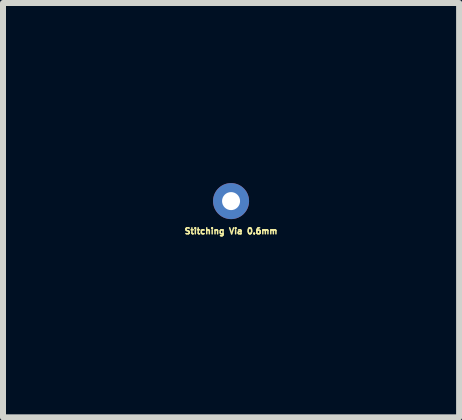
<source format=kicad_pcb>
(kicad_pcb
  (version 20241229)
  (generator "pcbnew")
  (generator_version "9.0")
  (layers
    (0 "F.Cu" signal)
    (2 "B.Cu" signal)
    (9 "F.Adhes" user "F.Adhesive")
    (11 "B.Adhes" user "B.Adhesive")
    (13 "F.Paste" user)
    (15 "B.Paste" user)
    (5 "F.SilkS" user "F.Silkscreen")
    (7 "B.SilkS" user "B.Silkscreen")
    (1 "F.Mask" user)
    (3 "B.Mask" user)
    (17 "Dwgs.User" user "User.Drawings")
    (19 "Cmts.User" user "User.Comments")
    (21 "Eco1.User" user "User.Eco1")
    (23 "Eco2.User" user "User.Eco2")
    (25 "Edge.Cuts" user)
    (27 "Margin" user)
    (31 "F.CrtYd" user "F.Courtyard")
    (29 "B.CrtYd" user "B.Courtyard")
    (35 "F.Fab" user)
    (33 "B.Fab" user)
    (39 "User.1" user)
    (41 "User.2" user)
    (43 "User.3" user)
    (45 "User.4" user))
  (footprint "Stitching Via 0.6mm"
    (layer "F.Cu")
    (at 0.799 0.3)
    (property "Reference" "Stitching Via 0.6mm" (at 0 0.5 0) (layer "F.SilkS") (effects (font (size 0.1 0.1) (thickness 0.025))))
    (attr through_hole)
    (pad "1" thru_hole circle (at 0 0) (size 0.6 0.6) (drill 0.3) (layers "*.Cu")))
  (gr_rect
    (start -3 -3)
    (end 4.598 3.902)
    (stroke (width 0.1) (type default))
    (fill no)
    (layer "Edge.Cuts")))
</source>
